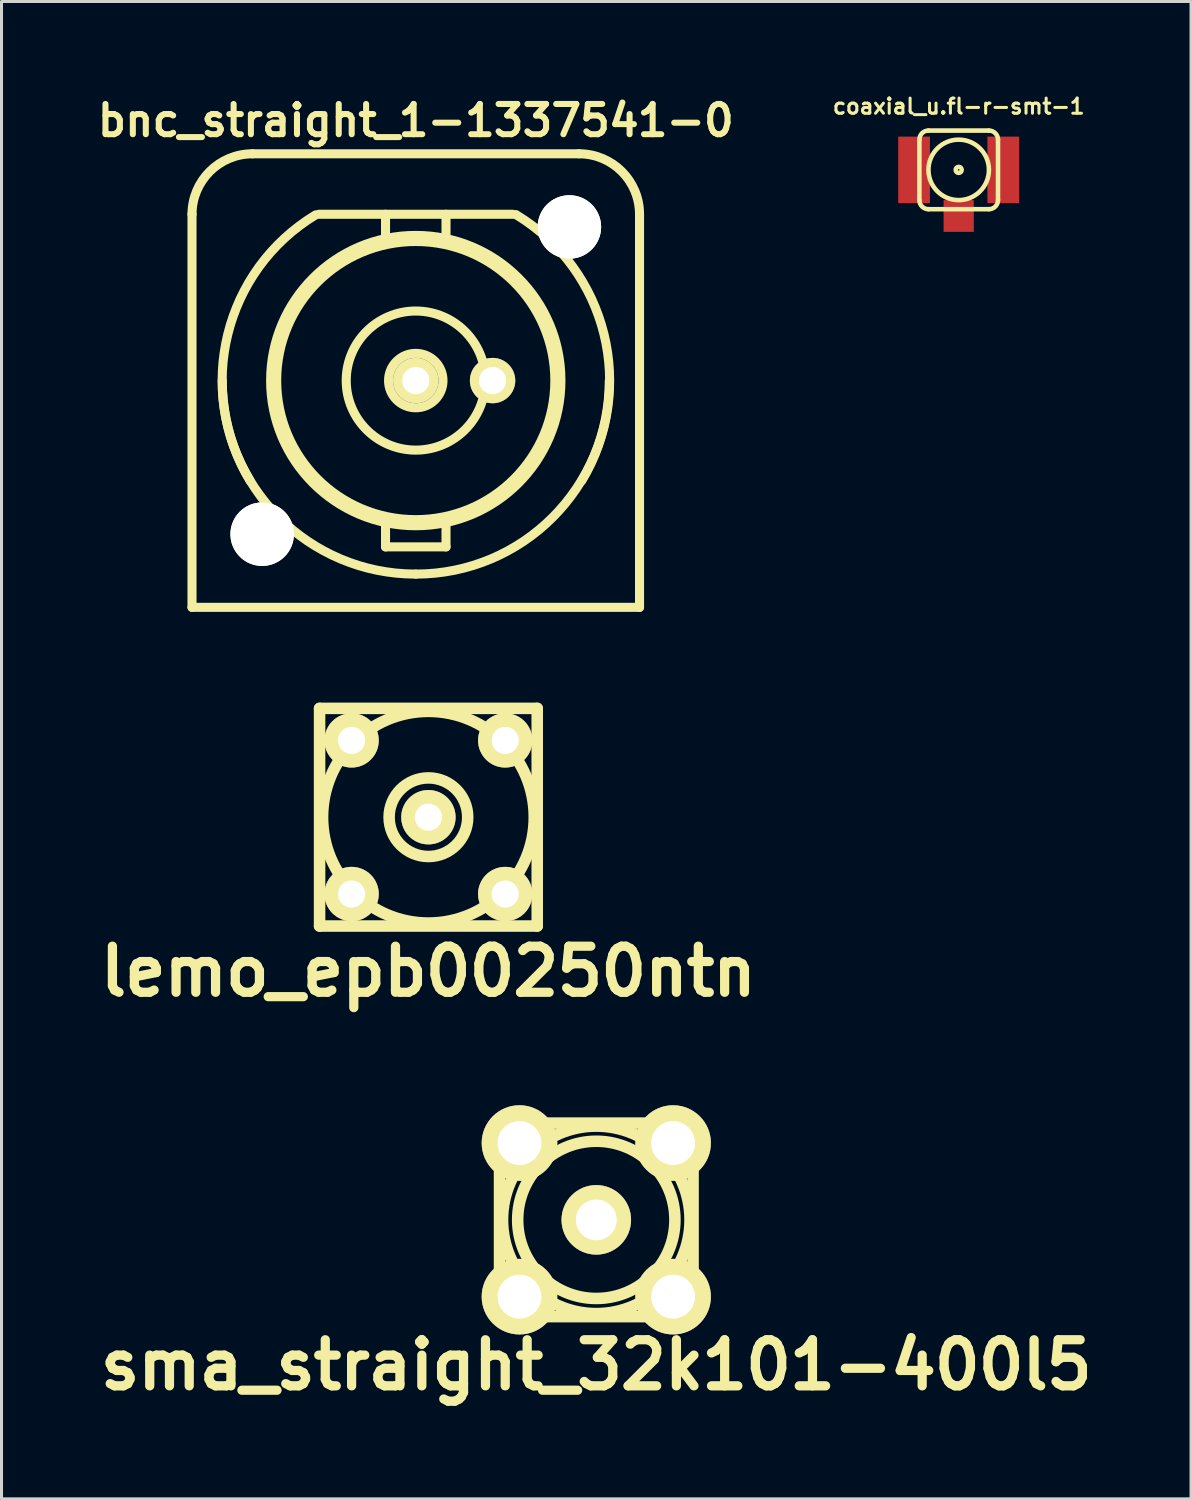
<source format=kicad_pcb>
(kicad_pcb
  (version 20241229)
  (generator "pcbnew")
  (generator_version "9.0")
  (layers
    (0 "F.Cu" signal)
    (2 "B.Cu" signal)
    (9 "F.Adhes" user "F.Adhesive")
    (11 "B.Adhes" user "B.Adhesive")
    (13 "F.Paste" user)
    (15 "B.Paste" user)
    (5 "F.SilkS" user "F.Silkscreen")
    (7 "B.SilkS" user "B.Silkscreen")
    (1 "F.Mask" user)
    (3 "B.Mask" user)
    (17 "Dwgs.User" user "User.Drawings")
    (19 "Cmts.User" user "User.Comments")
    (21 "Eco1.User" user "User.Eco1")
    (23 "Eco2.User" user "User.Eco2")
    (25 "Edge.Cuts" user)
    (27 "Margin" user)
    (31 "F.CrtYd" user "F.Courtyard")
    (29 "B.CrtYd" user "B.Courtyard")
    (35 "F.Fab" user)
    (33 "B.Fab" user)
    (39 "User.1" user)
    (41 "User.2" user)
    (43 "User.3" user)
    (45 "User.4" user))
  (footprint "sma_straight_32k101-400l5"
    (layer "F.Cu")
    (at 16.67 37.292)
    (property "Reference" "sma_straight_32k101-400l5" (at 0 4.8 0) (layer "F.SilkS") (effects (font (size 1.524 1.524) (thickness 0.305))))
    (attr through_hole)
    (fp_line (start -3.2 -3.2) (end -3.2 3.2) (stroke (width 0.381) (type solid)) (layer "F.SilkS"))
    (fp_line (start -3.2 -3.2) (end 3.2 -3.2) (stroke (width 0.381) (type solid)) (layer "F.SilkS"))
    (fp_line (start 3.2 -3.2) (end 3.2 3.2) (stroke (width 0.381) (type solid)) (layer "F.SilkS"))
    (fp_line (start 3.2 3.2) (end -3.2 3.2) (stroke (width 0.381) (type solid)) (layer "F.SilkS"))
    (fp_circle (center 0 0) (end -3.1 0) (stroke (width 0.381) (type solid)) (fill no) (layer "F.SilkS"))
    (fp_circle (center 0 0) (end -2.6 0) (stroke (width 0.381) (type solid)) (fill no) (layer "F.SilkS"))
    (fp_circle (center 0 0) (end -0.7 0) (stroke (width 0.381) (type solid)) (fill no) (layer "F.SilkS"))
    (pad "1" thru_hole circle (at 0 0) (size 2.3 2.3) (drill 1.35) (layers "*.Cu" "*.Mask" "F.SilkS"))
    (pad "2" thru_hole circle (at -2.54 -2.54) (size 2.5 2.5) (drill 1.45) (layers "*.Cu" "*.Mask" "F.SilkS"))
    (pad "2" thru_hole circle (at -2.54 2.54) (size 2.5 2.5) (drill 1.45) (layers "*.Cu" "*.Mask" "F.SilkS"))
    (pad "2" thru_hole circle (at 2.54 -2.54) (size 2.5 2.5) (drill 1.45) (layers "*.Cu" "*.Mask" "F.SilkS"))
    (pad "2" thru_hole circle (at 2.54 2.54) (size 2.5 2.5) (drill 1.45) (layers "*.Cu" "*.Mask" "F.SilkS")))
  (footprint "coaxial_u.fl-r-smt-1"
    (layer "F.Cu")
    (at 28.655 2.568)
    (property "Reference" "coaxial_u.fl-r-smt-1" (at 0 -2.1 0) (layer "F.SilkS") (effects (font (size 0.5 0.5) (thickness 0.1))))
    (attr through_hole)
    (fp_line (start -1.3 1) (end -1.3 -1) (stroke (width 0.15) (type solid)) (layer "F.SilkS"))
    (fp_line (start -1 -1.3) (end 1 -1.3) (stroke (width 0.15) (type solid)) (layer "F.SilkS"))
    (fp_line (start 1 1.3) (end -1 1.3) (stroke (width 0.15) (type solid)) (layer "F.SilkS"))
    (fp_line (start 1.3 -1) (end 1.3 1) (stroke (width 0.15) (type solid)) (layer "F.SilkS"))
    (fp_arc (start -1.3 -1) (mid -1.212132 -1.212132) (end -1 -1.3) (stroke (width 0.15) (type solid)) (layer "F.SilkS"))
    (fp_arc (start -1 1.3) (mid -1.212132 1.212132) (end -1.3 1) (stroke (width 0.15) (type solid)) (layer "F.SilkS"))
    (fp_arc (start 1 -1.3) (mid 1.212132 -1.212132) (end 1.3 -1) (stroke (width 0.15) (type solid)) (layer "F.SilkS"))
    (fp_arc (start 1.3 1) (mid 1.212132 1.212132) (end 1 1.3) (stroke (width 0.15) (type solid)) (layer "F.SilkS"))
    (fp_circle (center 0 0) (end -1 0) (stroke (width 0.15) (type solid)) (fill no) (layer "F.SilkS"))
    (fp_circle (center 0 0) (end -0.1 0) (stroke (width 0.15) (type solid)) (fill no) (layer "F.SilkS"))
    (pad "1" smd rect (at 0 1.525) (size 1 1.05) (layers "F.Cu" "F.Mask" "F.Paste"))
    (pad "2" smd rect (at -1.475 0) (size 1.05 2.2) (layers "F.Cu" "F.Mask" "F.Paste"))
    (pad "2" smd rect (at 1.475 0) (size 1.05 2.2) (layers "F.Cu" "F.Mask" "F.Paste")))
  (footprint "bnc_straight_1-1337541-0"
    (layer "F.Cu")
    (at 10.7 9.536)
    (property "Reference" "bnc_straight_1-1337541-0" (at 0 -8.6 0) (layer "F.SilkS") (effects (font (size 1 1) (thickness 0.2))))
    (attr through_hole)
    (fp_line (start -7.4 -5.5) (end -7.4 7.5) (stroke (width 0.3) (type solid)) (layer "F.SilkS"))
    (fp_line (start -7.4 7.5) (end 7.4 7.5) (stroke (width 0.3) (type solid)) (layer "F.SilkS"))
    (fp_line (start -3.2 -5.5) (end 3.2 -5.5) (stroke (width 0.3) (type solid)) (layer "F.SilkS"))
    (fp_line (start -1 -5.5) (end -1 -4.7) (stroke (width 0.3) (type solid)) (layer "F.SilkS"))
    (fp_line (start -1 5.5) (end -1 4.7) (stroke (width 0.3) (type solid)) (layer "F.SilkS"))
    (fp_line (start -1 5.5) (end 1 5.5) (stroke (width 0.3) (type solid)) (layer "F.SilkS"))
    (fp_line (start 1 -5.5) (end 1 -4.7) (stroke (width 0.3) (type solid)) (layer "F.SilkS"))
    (fp_line (start 1 5.5) (end 1 4.7) (stroke (width 0.3) (type solid)) (layer "F.SilkS"))
    (fp_line (start 5.4 -7.5) (end -5.4 -7.5) (stroke (width 0.3) (type solid)) (layer "F.SilkS"))
    (fp_line (start 7.4 7.5) (end 7.4 -5.5) (stroke (width 0.3) (type solid)) (layer "F.SilkS"))
    (fp_arc (start -7.4 -5.5) (mid -6.814214 -6.914214) (end -5.4 -7.5) (stroke (width 0.3) (type solid)) (layer "F.SilkS"))
    (fp_arc (start -5.48 3.31) (mid -6.215469 -1.534422) (end -3.31 -5.48) (stroke (width 0.3) (type solid)) (layer "F.SilkS"))
    (fp_arc (start 0 6.4) (mid -4.525483 4.525483) (end -6.4 0) (stroke (width 0.3) (type solid)) (layer "F.SilkS"))
    (fp_arc (start 3.31 -5.49) (mid 6.22254 -1.541493) (end 5.49 3.31) (stroke (width 0.3) (type solid)) (layer "F.SilkS"))
    (fp_arc (start 5.4 -7.5) (mid 6.814214 -6.914214) (end 7.4 -5.5) (stroke (width 0.3) (type solid)) (layer "F.SilkS"))
    (fp_arc (start 6.4 0) (mid 4.525483 4.525483) (end 0 6.4) (stroke (width 0.3) (type solid)) (layer "F.SilkS"))
    (fp_circle (center 0 0) (end -4.8 0) (stroke (width 0.3) (type solid)) (fill no) (layer "F.SilkS"))
    (fp_circle (center 0 0) (end -4.6 0) (stroke (width 0.3) (type solid)) (fill no) (layer "F.SilkS"))
    (fp_circle (center 0 0) (end -2.3 0) (stroke (width 0.3) (type solid)) (fill no) (layer "F.SilkS"))
    (fp_circle (center 0 0) (end -0.9 0) (stroke (width 0.3) (type solid)) (fill no) (layer "F.SilkS"))
    (pad "" np_thru_hole circle (at -5.08 5.08) (size 2.1 2.1) (drill 2.1) (layers "*.Cu" "*.Mask" "F.SilkS"))
    (pad "" np_thru_hole circle (at 5.08 -5.08) (size 2.1 2.1) (drill 2.1) (layers "*.Cu" "*.Mask" "F.SilkS"))
    (pad "1" thru_hole circle (at 0 0) (size 1.5 1.5) (drill 0.9) (layers "*.Cu" "*.Mask" "F.SilkS"))
    (pad "2" thru_hole circle (at 2.54 0) (size 1.5 1.5) (drill 0.9) (layers "*.Cu" "*.Mask" "F.SilkS")))
  (footprint "lemo_epb00250ntn"
    (layer "F.Cu")
    (at 11.118 23.976)
    (property "Reference" "lemo_epb00250ntn" (at 0 5.1 0) (layer "F.SilkS") (effects (font (size 1.524 1.524) (thickness 0.305))))
    (attr through_hole)
    (fp_line (start -3.599 -3.599) (end 3.599 -3.599) (stroke (width 0.381) (type solid)) (layer "F.SilkS"))
    (fp_line (start -3.599 3.599) (end -3.599 -3.599) (stroke (width 0.381) (type solid)) (layer "F.SilkS"))
    (fp_line (start 3.599 -3.599) (end 3.599 3.599) (stroke (width 0.381) (type solid)) (layer "F.SilkS"))
    (fp_line (start 3.599 3.599) (end -3.599 3.599) (stroke (width 0.381) (type solid)) (layer "F.SilkS"))
    (fp_circle (center 0 0) (end -3.5 0) (stroke (width 0.381) (type solid)) (fill no) (layer "F.SilkS"))
    (fp_circle (center 0 0) (end -1.3 0) (stroke (width 0.381) (type solid)) (fill no) (layer "F.SilkS"))
    (pad "1" thru_hole circle (at 0 0) (size 1.798 1.798) (drill 0.899) (layers "*.Cu" "*.Mask" "F.SilkS"))
    (pad "2" thru_hole circle (at -2.54 -2.54) (size 1.796 1.796) (drill 0.899) (layers "*.Cu" "*.Mask" "F.SilkS"))
    (pad "2" thru_hole circle (at -2.54 2.54) (size 1.796 1.796) (drill 0.899) (layers "*.Cu" "*.Mask" "F.SilkS"))
    (pad "2" thru_hole circle (at 2.54 -2.54) (size 1.796 1.796) (drill 0.899) (layers "*.Cu" "*.Mask" "F.SilkS"))
    (pad "2" thru_hole circle (at 2.54 2.54) (size 1.796 1.796) (drill 0.899) (layers "*.Cu" "*.Mask" "F.SilkS")))
  (gr_rect
    (start -3 -3)
    (end 36.339 46.519)
    (stroke (width 0.1) (type default))
    (fill no)
    (layer "Edge.Cuts")))
</source>
